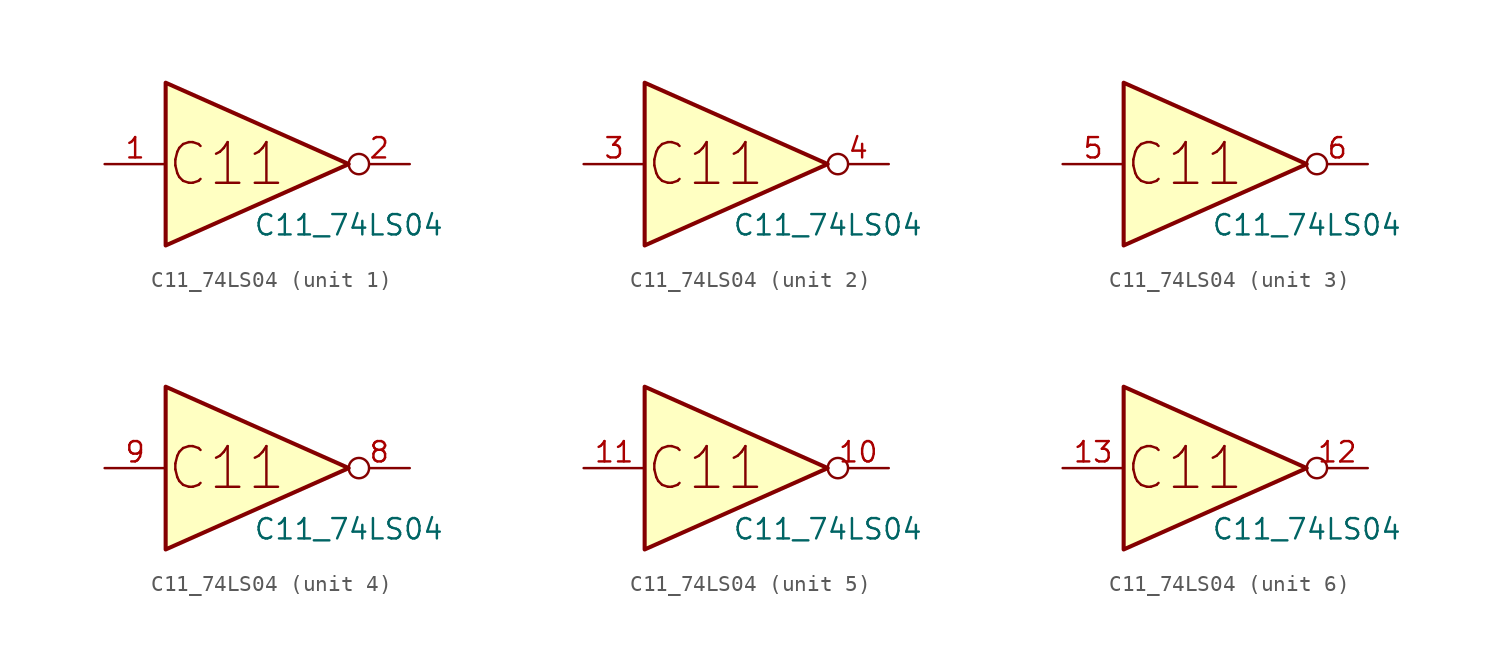
<source format=kicad_sym>
(kicad_symbol_lib
  (version 20211014)
  (generator kicad_symbol_editor)
  (symbol "C11_74LS04"
    (property "Reference" "U"
      (at -38.1 17.78 0)
      (effects (font (size 1.27 1.27)) hide))
    (property "Value" "C11_74LS04"
      (at 7.62 -3.81 0)
      (effects (font (size 1.27 1.27))))
    (symbol "C11_74LS04_0_0"
      (polyline (pts (xy -3.81 5.08) (xy -3.81 -5.08) (xy 7.62 0) (xy -3.81 5.08)) (stroke (width 0.254) (type default) (color 0 0 0 0)) (fill (type background)))
      (text "C11" (at 0 0 0) (effects (font (size 2.54 2.54)))))
    (symbol "C11_74LS04_1_0"
      (pin input line (at -7.62 0 0) (length 3.81) (name "~" (effects (font (size 1.27 1.27)))) (number "1" (effects (font (size 1.27 1.27)))))
      (pin output inverted (at 11.43 0 180) (length 3.81) (name "~" (effects (font (size 1.27 1.27)))) (number "2" (effects (font (size 1.27 1.27))))))
    (symbol "C11_74LS04_2_0"
      (pin input line (at -7.62 0 0) (length 3.81) (name "~" (effects (font (size 1.27 1.27)))) (number "3" (effects (font (size 1.27 1.27)))))
      (pin output inverted (at 11.43 0 180) (length 3.81) (name "~" (effects (font (size 1.27 1.27)))) (number "4" (effects (font (size 1.27 1.27))))))
    (symbol "C11_74LS04_3_0"
      (pin input line (at -7.62 0 0) (length 3.81) (name "~" (effects (font (size 1.27 1.27)))) (number "5" (effects (font (size 1.27 1.27)))))
      (pin output inverted (at 11.43 0 180) (length 3.81) (name "~" (effects (font (size 1.27 1.27)))) (number "6" (effects (font (size 1.27 1.27))))))
    (symbol "C11_74LS04_4_0"
      (pin output inverted (at 11.43 0 180) (length 3.81) (name "~" (effects (font (size 1.27 1.27)))) (number "8" (effects (font (size 1.27 1.27)))))
      (pin input line (at -7.62 0 0) (length 3.81) (name "~" (effects (font (size 1.27 1.27)))) (number "9" (effects (font (size 1.27 1.27))))))
    (symbol "C11_74LS04_5_0"
      (pin output inverted (at 11.43 0 180) (length 3.81) (name "~" (effects (font (size 1.27 1.27)))) (number "10" (effects (font (size 1.27 1.27)))))
      (pin input line (at -7.62 0 0) (length 3.81) (name "~" (effects (font (size 1.27 1.27)))) (number "11" (effects (font (size 1.27 1.27))))))
    (symbol "C11_74LS04_6_0"
      (pin output inverted (at 11.43 0 180) (length 3.81) (name "~" (effects (font (size 1.27 1.27)))) (number "12" (effects (font (size 1.27 1.27)))))
      (pin input line (at -7.62 0 0) (length 3.81) (name "~" (effects (font (size 1.27 1.27)))) (number "13" (effects (font (size 1.27 1.27))))))))
</source>
